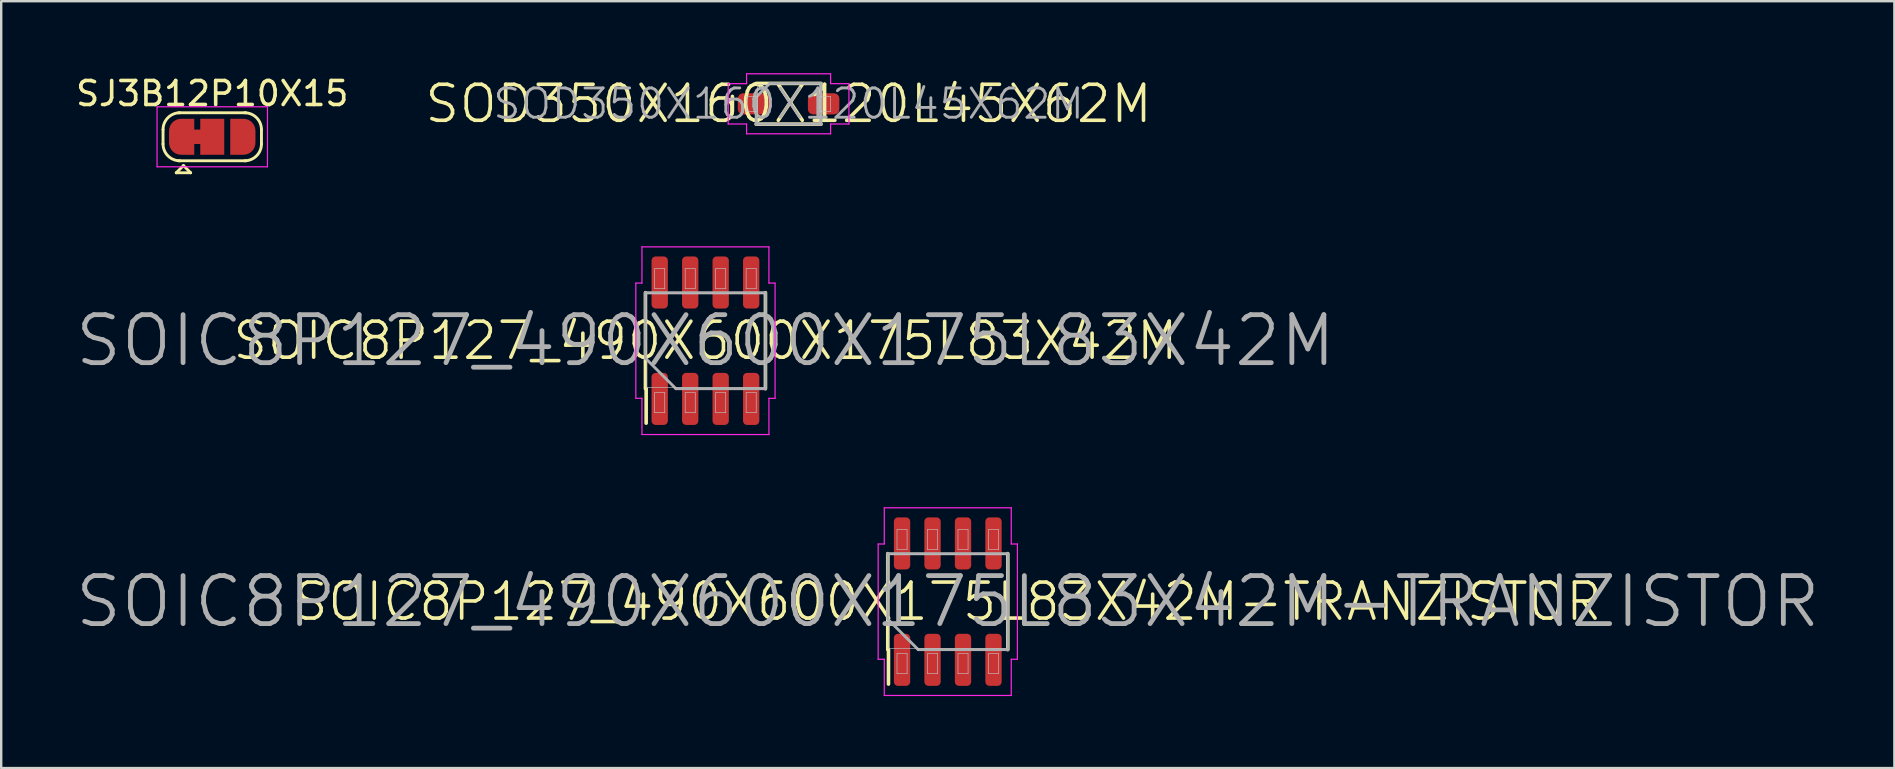
<source format=kicad_pcb>
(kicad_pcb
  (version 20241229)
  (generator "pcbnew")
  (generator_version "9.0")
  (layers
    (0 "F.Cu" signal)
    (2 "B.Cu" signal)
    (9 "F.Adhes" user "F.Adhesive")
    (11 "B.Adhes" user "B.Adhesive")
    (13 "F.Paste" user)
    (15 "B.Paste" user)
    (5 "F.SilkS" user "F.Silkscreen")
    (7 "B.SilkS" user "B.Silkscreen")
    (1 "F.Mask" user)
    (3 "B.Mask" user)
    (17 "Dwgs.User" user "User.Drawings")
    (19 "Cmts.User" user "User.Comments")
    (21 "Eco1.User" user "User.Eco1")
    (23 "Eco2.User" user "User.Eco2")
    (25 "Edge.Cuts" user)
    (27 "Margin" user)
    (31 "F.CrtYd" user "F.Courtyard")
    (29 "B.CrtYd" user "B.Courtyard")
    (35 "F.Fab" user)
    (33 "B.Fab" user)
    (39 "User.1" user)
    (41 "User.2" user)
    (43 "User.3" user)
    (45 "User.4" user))
  (footprint "SOD350X160X120L45X62M"
    (layer "F.Cu")
    (at 29.801 1.275)
    (property "Reference" "SOD350X160X120L45X62M" (at 0 0 0) (layer "F.SilkS") (effects (font (size 1.5 1.5) (thickness 0.15))))
    (attr smd)
    (fp_line (start -2.34 0.31) (end -2.34 -0.31) (stroke (width 0.15) (type solid)) (layer "F.SilkS"))
    (fp_line (start -1.35 -0.85) (end 1.35 -0.85) (stroke (width 0.15) (type solid)) (layer "F.SilkS"))
    (fp_line (start 1.35 0.85) (end -1.35 0.85) (stroke (width 0.15) (type solid)) (layer "F.SilkS"))
    (fp_line (start -1.75 -0.312) (end -1.3 -0.312) (stroke (width 0.025) (type solid)) (layer "Dwgs.User"))
    (fp_line (start -1.75 0.312) (end -1.75 -0.312) (stroke (width 0.025) (type solid)) (layer "Dwgs.User"))
    (fp_line (start -1.3 -0.8) (end 1.3 -0.8) (stroke (width 0.025) (type solid)) (layer "Dwgs.User"))
    (fp_line (start -1.3 -0.312) (end -1.3 0.312) (stroke (width 0.025) (type solid)) (layer "Dwgs.User"))
    (fp_line (start -1.3 0.312) (end -1.75 0.312) (stroke (width 0.025) (type solid)) (layer "Dwgs.User"))
    (fp_line (start -1.3 0.8) (end -1.3 -0.8) (stroke (width 0.025) (type solid)) (layer "Dwgs.User"))
    (fp_line (start 1.3 -0.8) (end 1.3 0.8) (stroke (width 0.025) (type solid)) (layer "Dwgs.User"))
    (fp_line (start 1.3 -0.312) (end 1.75 -0.312) (stroke (width 0.025) (type solid)) (layer "Dwgs.User"))
    (fp_line (start 1.3 0.312) (end 1.3 -0.312) (stroke (width 0.025) (type solid)) (layer "Dwgs.User"))
    (fp_line (start 1.3 0.8) (end -1.3 0.8) (stroke (width 0.025) (type solid)) (layer "Dwgs.User"))
    (fp_line (start 1.75 -0.312) (end 1.75 0.312) (stroke (width 0.025) (type solid)) (layer "Dwgs.User"))
    (fp_line (start 1.75 0.312) (end 1.3 0.312) (stroke (width 0.025) (type solid)) (layer "Dwgs.User"))
    (fp_line (start -2.515 -0.84) (end -2.515 0.84) (stroke (width 0.05) (type solid)) (layer "F.CrtYd"))
    (fp_line (start -2.515 0.84) (end -1.75 0.84) (stroke (width 0.05) (type solid)) (layer "F.CrtYd"))
    (fp_line (start -1.75 -1.25) (end -1.75 -0.84) (stroke (width 0.05) (type solid)) (layer "F.CrtYd"))
    (fp_line (start -1.75 -0.84) (end -2.515 -0.84) (stroke (width 0.05) (type solid)) (layer "F.CrtYd"))
    (fp_line (start -1.75 0.84) (end -1.75 1.25) (stroke (width 0.05) (type solid)) (layer "F.CrtYd"))
    (fp_line (start -1.75 1.25) (end 1.75 1.25) (stroke (width 0.05) (type solid)) (layer "F.CrtYd"))
    (fp_line (start 1.75 -1.25) (end -1.75 -1.25) (stroke (width 0.05) (type solid)) (layer "F.CrtYd"))
    (fp_line (start 1.75 -0.84) (end 1.75 -1.25) (stroke (width 0.05) (type solid)) (layer "F.CrtYd"))
    (fp_line (start 1.75 0.84) (end 2.515 0.84) (stroke (width 0.05) (type solid)) (layer "F.CrtYd"))
    (fp_line (start 1.75 1.25) (end 1.75 0.84) (stroke (width 0.05) (type solid)) (layer "F.CrtYd"))
    (fp_line (start 2.515 -0.84) (end 1.75 -0.84) (stroke (width 0.05) (type solid)) (layer "F.CrtYd"))
    (fp_line (start 2.515 0.84) (end 2.515 -0.84) (stroke (width 0.05) (type solid)) (layer "F.CrtYd"))
    (fp_line (start -1.35 -0.283) (end -0.783 -0.85) (stroke (width 0.12) (type solid)) (layer "F.Fab"))
    (fp_line (start -1.35 0.85) (end -1.35 -0.283) (stroke (width 0.12) (type solid)) (layer "F.Fab"))
    (fp_line (start -0.783 -0.85) (end 1.35 -0.85) (stroke (width 0.12) (type solid)) (layer "F.Fab"))
    (fp_line (start 1.35 -0.85) (end 1.35 0.85) (stroke (width 0.12) (type solid)) (layer "F.Fab"))
    (fp_line (start 1.35 0.85) (end -1.35 0.85) (stroke (width 0.12) (type solid)) (layer "F.Fab"))
    (fp_text user "${REFERENCE}" (at 0 0 0) (layer "F.Fab") (effects (font (size 1.22 1.22) (thickness 0.12))))
    (pad "1" smd roundrect (at -1.46 0) (size 1.31 0.88) (layers "F.Cu" "F.Mask" "F.Paste") (roundrect_rratio 0.25))
    (pad "2" smd roundrect (at 1.46 0) (size 1.31 0.88) (layers "F.Cu" "F.Mask" "F.Paste") (roundrect_rratio 0.25)))
  (footprint "SOIC8P127_490X600X175L83X42M"
    (layer "F.Cu")
    (at 26.338 11.143)
    (property "Reference" "SOIC8P127_490X600X175L83X42M" (at 0 0 0) (layer "F.SilkS") (effects (font (size 1.5 1.5) (thickness 0.15))))
    (attr smd)
    (fp_line (start -2.5 2) (end -2.5 -2) (stroke (width 0.15) (type solid)) (layer "F.SilkS"))
    (fp_line (start -2.47 2) (end -2.47 3.435) (stroke (width 0.15) (type solid)) (layer "F.SilkS"))
    (fp_line (start 2.5 2) (end 2.5 -2) (stroke (width 0.15) (type solid)) (layer "F.SilkS"))
    (fp_line (start -2.45 -1.95) (end 2.45 -1.95) (stroke (width 0.025) (type solid)) (layer "Dwgs.User"))
    (fp_line (start -2.45 1.95) (end -2.45 -1.95) (stroke (width 0.025) (type solid)) (layer "Dwgs.User"))
    (fp_line (start -2.115 -3) (end -1.695 -3) (stroke (width 0.025) (type solid)) (layer "Dwgs.User"))
    (fp_line (start -2.115 -2.165) (end -2.115 -3) (stroke (width 0.025) (type solid)) (layer "Dwgs.User"))
    (fp_line (start -2.115 2.165) (end -1.695 2.165) (stroke (width 0.025) (type solid)) (layer "Dwgs.User"))
    (fp_line (start -2.115 3) (end -2.115 2.165) (stroke (width 0.025) (type solid)) (layer "Dwgs.User"))
    (fp_line (start -1.695 -3) (end -1.695 -2.165) (stroke (width 0.025) (type solid)) (layer "Dwgs.User"))
    (fp_line (start -1.695 -2.165) (end -2.115 -2.165) (stroke (width 0.025) (type solid)) (layer "Dwgs.User"))
    (fp_line (start -1.695 2.165) (end -1.695 3) (stroke (width 0.025) (type solid)) (layer "Dwgs.User"))
    (fp_line (start -1.695 3) (end -2.115 3) (stroke (width 0.025) (type solid)) (layer "Dwgs.User"))
    (fp_line (start -0.845 -3) (end -0.425 -3) (stroke (width 0.025) (type solid)) (layer "Dwgs.User"))
    (fp_line (start -0.845 -2.165) (end -0.845 -3) (stroke (width 0.025) (type solid)) (layer "Dwgs.User"))
    (fp_line (start -0.845 2.165) (end -0.425 2.165) (stroke (width 0.025) (type solid)) (layer "Dwgs.User"))
    (fp_line (start -0.845 3) (end -0.845 2.165) (stroke (width 0.025) (type solid)) (layer "Dwgs.User"))
    (fp_line (start -0.425 -3) (end -0.425 -2.165) (stroke (width 0.025) (type solid)) (layer "Dwgs.User"))
    (fp_line (start -0.425 -2.165) (end -0.845 -2.165) (stroke (width 0.025) (type solid)) (layer "Dwgs.User"))
    (fp_line (start -0.425 2.165) (end -0.425 3) (stroke (width 0.025) (type solid)) (layer "Dwgs.User"))
    (fp_line (start -0.425 3) (end -0.845 3) (stroke (width 0.025) (type solid)) (layer "Dwgs.User"))
    (fp_line (start 0.425 -3) (end 0.845 -3) (stroke (width 0.025) (type solid)) (layer "Dwgs.User"))
    (fp_line (start 0.425 -2.165) (end 0.425 -3) (stroke (width 0.025) (type solid)) (layer "Dwgs.User"))
    (fp_line (start 0.425 2.165) (end 0.845 2.165) (stroke (width 0.025) (type solid)) (layer "Dwgs.User"))
    (fp_line (start 0.425 3) (end 0.425 2.165) (stroke (width 0.025) (type solid)) (layer "Dwgs.User"))
    (fp_line (start 0.845 -3) (end 0.845 -2.165) (stroke (width 0.025) (type solid)) (layer "Dwgs.User"))
    (fp_line (start 0.845 -2.165) (end 0.425 -2.165) (stroke (width 0.025) (type solid)) (layer "Dwgs.User"))
    (fp_line (start 0.845 2.165) (end 0.845 3) (stroke (width 0.025) (type solid)) (layer "Dwgs.User"))
    (fp_line (start 0.845 3) (end 0.425 3) (stroke (width 0.025) (type solid)) (layer "Dwgs.User"))
    (fp_line (start 1.695 -3) (end 2.115 -3) (stroke (width 0.025) (type solid)) (layer "Dwgs.User"))
    (fp_line (start 1.695 -2.165) (end 1.695 -3) (stroke (width 0.025) (type solid)) (layer "Dwgs.User"))
    (fp_line (start 1.695 2.165) (end 2.115 2.165) (stroke (width 0.025) (type solid)) (layer "Dwgs.User"))
    (fp_line (start 1.695 3) (end 1.695 2.165) (stroke (width 0.025) (type solid)) (layer "Dwgs.User"))
    (fp_line (start 2.115 -3) (end 2.115 -2.165) (stroke (width 0.025) (type solid)) (layer "Dwgs.User"))
    (fp_line (start 2.115 -2.165) (end 1.695 -2.165) (stroke (width 0.025) (type solid)) (layer "Dwgs.User"))
    (fp_line (start 2.115 2.165) (end 2.115 3) (stroke (width 0.025) (type solid)) (layer "Dwgs.User"))
    (fp_line (start 2.115 3) (end 1.695 3) (stroke (width 0.025) (type solid)) (layer "Dwgs.User"))
    (fp_line (start 2.45 -1.95) (end 2.45 1.95) (stroke (width 0.025) (type solid)) (layer "Dwgs.User"))
    (fp_line (start 2.45 1.95) (end -2.45 1.95) (stroke (width 0.025) (type solid)) (layer "Dwgs.User"))
    (fp_line (start -2.9 -2.4) (end -2.9 2.4) (stroke (width 0.05) (type solid)) (layer "F.CrtYd"))
    (fp_line (start -2.9 2.4) (end -2.645 2.4) (stroke (width 0.05) (type solid)) (layer "F.CrtYd"))
    (fp_line (start -2.645 -3.91) (end -2.645 -2.4) (stroke (width 0.05) (type solid)) (layer "F.CrtYd"))
    (fp_line (start -2.645 -2.4) (end -2.9 -2.4) (stroke (width 0.05) (type solid)) (layer "F.CrtYd"))
    (fp_line (start -2.645 2.4) (end -2.645 3.91) (stroke (width 0.05) (type solid)) (layer "F.CrtYd"))
    (fp_line (start -2.645 3.91) (end 2.645 3.91) (stroke (width 0.05) (type solid)) (layer "F.CrtYd"))
    (fp_line (start 2.645 -3.91) (end -2.645 -3.91) (stroke (width 0.05) (type solid)) (layer "F.CrtYd"))
    (fp_line (start 2.645 -2.4) (end 2.645 -3.91) (stroke (width 0.05) (type solid)) (layer "F.CrtYd"))
    (fp_line (start 2.645 2.4) (end 2.9 2.4) (stroke (width 0.05) (type solid)) (layer "F.CrtYd"))
    (fp_line (start 2.645 3.91) (end 2.645 2.4) (stroke (width 0.05) (type solid)) (layer "F.CrtYd"))
    (fp_line (start 2.9 -2.4) (end 2.645 -2.4) (stroke (width 0.05) (type solid)) (layer "F.CrtYd"))
    (fp_line (start 2.9 2.4) (end 2.9 -2.4) (stroke (width 0.05) (type solid)) (layer "F.CrtYd"))
    (fp_line (start -2.5 -2) (end 2.5 -2) (stroke (width 0.12) (type solid)) (layer "F.Fab"))
    (fp_line (start -2.5 0.73) (end -2.5 -2) (stroke (width 0.12) (type solid)) (layer "F.Fab"))
    (fp_line (start -1.23 2) (end -2.5 0.73) (stroke (width 0.12) (type solid)) (layer "F.Fab"))
    (fp_line (start 2.5 -2) (end 2.5 2) (stroke (width 0.12) (type solid)) (layer "F.Fab"))
    (fp_line (start 2.5 2) (end -1.23 2) (stroke (width 0.12) (type solid)) (layer "F.Fab"))
    (fp_text user "${REFERENCE}" (at 0 0 0) (layer "F.Fab") (effects (font (size 2 2) (thickness 0.2))))
    (pad "1" smd roundrect (at -1.905 2.425 90) (size 2.17 0.68) (layers "F.Cu" "F.Mask" "F.Paste") (roundrect_rratio 0.25))
    (pad "2" smd roundrect (at -0.635 2.425 90) (size 2.17 0.68) (layers "F.Cu" "F.Mask" "F.Paste") (roundrect_rratio 0.25))
    (pad "3" smd roundrect (at 0.635 2.425 90) (size 2.17 0.68) (layers "F.Cu" "F.Mask" "F.Paste") (roundrect_rratio 0.25))
    (pad "4" smd roundrect (at 1.905 2.425 90) (size 2.17 0.68) (layers "F.Cu" "F.Mask" "F.Paste") (roundrect_rratio 0.25))
    (pad "5" smd roundrect (at 1.905 -2.425 90) (size 2.17 0.68) (layers "F.Cu" "F.Mask" "F.Paste") (roundrect_rratio 0.25))
    (pad "6" smd roundrect (at 0.635 -2.425 90) (size 2.17 0.68) (layers "F.Cu" "F.Mask" "F.Paste") (roundrect_rratio 0.25))
    (pad "7" smd roundrect (at -0.635 -2.425 90) (size 2.17 0.68) (layers "F.Cu" "F.Mask" "F.Paste") (roundrect_rratio 0.25))
    (pad "8" smd roundrect (at -1.905 -2.425 90) (size 2.17 0.68) (layers "F.Cu" "F.Mask" "F.Paste") (roundrect_rratio 0.25)))
  (footprint "SJ3B12P10X15"
    (layer "F.Cu")
    (at 5.792 2.648)
    (property "Reference" "SJ3B12P10X15" (at 0 -1.8 0) (layer "F.SilkS") (effects (font (size 1 1) (thickness 0.15))))
    (attr exclude_from_pos_files exclude_from_bom)
    (fp_poly (pts (xy -0.9 -0.3) (xy -0.4 -0.3) (xy -0.4 0.3) (xy -0.9 0.3)) (stroke (width 0) (type solid)) (fill yes) (layer "F.Cu"))
    (fp_line (start -2.05 0.3) (end -2.05 -0.3) (stroke (width 0.12) (type solid)) (layer "F.SilkS"))
    (fp_line (start -1.5 1.5) (end -0.9 1.5) (stroke (width 0.12) (type solid)) (layer "F.SilkS"))
    (fp_line (start -1.4 -1) (end 1.4 -1) (stroke (width 0.12) (type solid)) (layer "F.SilkS"))
    (fp_line (start -1.2 1.2) (end -1.5 1.5) (stroke (width 0.12) (type solid)) (layer "F.SilkS"))
    (fp_line (start -1.2 1.2) (end -0.9 1.5) (stroke (width 0.12) (type solid)) (layer "F.SilkS"))
    (fp_line (start 1.4 1) (end -1.4 1) (stroke (width 0.12) (type solid)) (layer "F.SilkS"))
    (fp_line (start 2.05 -0.3) (end 2.05 0.3) (stroke (width 0.12) (type solid)) (layer "F.SilkS"))
    (fp_arc (start -2.05 -0.3) (mid -1.844975 -0.794975) (end -1.35 -1) (stroke (width 0.12) (type solid)) (layer "F.SilkS"))
    (fp_arc (start -1.35 1) (mid -1.844975 0.794975) (end -2.05 0.3) (stroke (width 0.12) (type solid)) (layer "F.SilkS"))
    (fp_arc (start 1.35 -1) (mid 1.844975 -0.794975) (end 2.05 -0.3) (stroke (width 0.12) (type solid)) (layer "F.SilkS"))
    (fp_arc (start 2.05 0.3) (mid 1.844975 0.794975) (end 1.35 1) (stroke (width 0.12) (type solid)) (layer "F.SilkS"))
    (fp_line (start -2.3 -1.25) (end -2.3 1.25) (stroke (width 0.05) (type solid)) (layer "F.CrtYd"))
    (fp_line (start -2.3 -1.25) (end 2.3 -1.25) (stroke (width 0.05) (type solid)) (layer "F.CrtYd"))
    (fp_line (start 2.3 1.25) (end -2.3 1.25) (stroke (width 0.05) (type solid)) (layer "F.CrtYd"))
    (fp_line (start 2.3 1.25) (end 2.3 -1.25) (stroke (width 0.05) (type solid)) (layer "F.CrtYd"))
    (pad "1" smd custom (at -1.3 0) (size 1 0.5) (layers "F.Cu" "F.Mask") (options (anchor rect)) (primitives (gr_circle (center 0 0.25) (end 0.5 0.25) (width 0) (fill yes)) (gr_circle (center 0 -0.25) (end 0.5 -0.25) (width 0) (fill yes)) (gr_poly (pts (xy 0.55 -0.75) (xy 0 -0.75) (xy 0 0.75) (xy 0.55 0.75)) (width 0) (fill yes))))
    (pad "2" smd rect (at 0 0) (size 1 1.5) (layers "F.Cu" "F.Mask"))
    (pad "3" smd custom (at 1.3 0) (size 1 0.5) (layers "F.Cu" "F.Mask") (options (anchor rect)) (primitives (gr_circle (center 0 0.25) (end 0.5 0.25) (width 0) (fill yes)) (gr_circle (center 0 -0.25) (end 0.5 -0.25) (width 0) (fill yes)) (gr_poly (pts (xy -0.55 -0.75) (xy 0 -0.75) (xy 0 0.75) (xy -0.55 0.75)) (width 0) (fill yes)))))
  (footprint "SOIC8P127_490X600X175L83X42M-TRANZISTOR"
    (layer "F.Cu")
    (at 36.433 22.013)
    (property "Reference" "SOIC8P127_490X600X175L83X42M-TRANZISTOR" (at 0 0 0) (layer "F.SilkS") (effects (font (size 1.5 1.5) (thickness 0.15))))
    (attr smd)
    (fp_line (start -2.5 2) (end -2.5 -2) (stroke (width 0.15) (type solid)) (layer "F.SilkS"))
    (fp_line (start -2.47 2) (end -2.47 3.435) (stroke (width 0.15) (type solid)) (layer "F.SilkS"))
    (fp_line (start 2.5 2) (end 2.5 -2) (stroke (width 0.15) (type solid)) (layer "F.SilkS"))
    (fp_line (start -2.45 -1.95) (end 2.45 -1.95) (stroke (width 0.025) (type solid)) (layer "Dwgs.User"))
    (fp_line (start -2.45 1.95) (end -2.45 -1.95) (stroke (width 0.025) (type solid)) (layer "Dwgs.User"))
    (fp_line (start -2.115 -3) (end -1.695 -3) (stroke (width 0.025) (type solid)) (layer "Dwgs.User"))
    (fp_line (start -2.115 -2.165) (end -2.115 -3) (stroke (width 0.025) (type solid)) (layer "Dwgs.User"))
    (fp_line (start -2.115 2.165) (end -1.695 2.165) (stroke (width 0.025) (type solid)) (layer "Dwgs.User"))
    (fp_line (start -2.115 3) (end -2.115 2.165) (stroke (width 0.025) (type solid)) (layer "Dwgs.User"))
    (fp_line (start -1.695 -3) (end -1.695 -2.165) (stroke (width 0.025) (type solid)) (layer "Dwgs.User"))
    (fp_line (start -1.695 -2.165) (end -2.115 -2.165) (stroke (width 0.025) (type solid)) (layer "Dwgs.User"))
    (fp_line (start -1.695 2.165) (end -1.695 3) (stroke (width 0.025) (type solid)) (layer "Dwgs.User"))
    (fp_line (start -1.695 3) (end -2.115 3) (stroke (width 0.025) (type solid)) (layer "Dwgs.User"))
    (fp_line (start -0.845 -3) (end -0.425 -3) (stroke (width 0.025) (type solid)) (layer "Dwgs.User"))
    (fp_line (start -0.845 -2.165) (end -0.845 -3) (stroke (width 0.025) (type solid)) (layer "Dwgs.User"))
    (fp_line (start -0.845 2.165) (end -0.425 2.165) (stroke (width 0.025) (type solid)) (layer "Dwgs.User"))
    (fp_line (start -0.845 3) (end -0.845 2.165) (stroke (width 0.025) (type solid)) (layer "Dwgs.User"))
    (fp_line (start -0.425 -3) (end -0.425 -2.165) (stroke (width 0.025) (type solid)) (layer "Dwgs.User"))
    (fp_line (start -0.425 -2.165) (end -0.845 -2.165) (stroke (width 0.025) (type solid)) (layer "Dwgs.User"))
    (fp_line (start -0.425 2.165) (end -0.425 3) (stroke (width 0.025) (type solid)) (layer "Dwgs.User"))
    (fp_line (start -0.425 3) (end -0.845 3) (stroke (width 0.025) (type solid)) (layer "Dwgs.User"))
    (fp_line (start 0.425 -3) (end 0.845 -3) (stroke (width 0.025) (type solid)) (layer "Dwgs.User"))
    (fp_line (start 0.425 -2.165) (end 0.425 -3) (stroke (width 0.025) (type solid)) (layer "Dwgs.User"))
    (fp_line (start 0.425 2.165) (end 0.845 2.165) (stroke (width 0.025) (type solid)) (layer "Dwgs.User"))
    (fp_line (start 0.425 3) (end 0.425 2.165) (stroke (width 0.025) (type solid)) (layer "Dwgs.User"))
    (fp_line (start 0.845 -3) (end 0.845 -2.165) (stroke (width 0.025) (type solid)) (layer "Dwgs.User"))
    (fp_line (start 0.845 -2.165) (end 0.425 -2.165) (stroke (width 0.025) (type solid)) (layer "Dwgs.User"))
    (fp_line (start 0.845 2.165) (end 0.845 3) (stroke (width 0.025) (type solid)) (layer "Dwgs.User"))
    (fp_line (start 0.845 3) (end 0.425 3) (stroke (width 0.025) (type solid)) (layer "Dwgs.User"))
    (fp_line (start 1.695 -3) (end 2.115 -3) (stroke (width 0.025) (type solid)) (layer "Dwgs.User"))
    (fp_line (start 1.695 -2.165) (end 1.695 -3) (stroke (width 0.025) (type solid)) (layer "Dwgs.User"))
    (fp_line (start 1.695 2.165) (end 2.115 2.165) (stroke (width 0.025) (type solid)) (layer "Dwgs.User"))
    (fp_line (start 1.695 3) (end 1.695 2.165) (stroke (width 0.025) (type solid)) (layer "Dwgs.User"))
    (fp_line (start 2.115 -3) (end 2.115 -2.165) (stroke (width 0.025) (type solid)) (layer "Dwgs.User"))
    (fp_line (start 2.115 -2.165) (end 1.695 -2.165) (stroke (width 0.025) (type solid)) (layer "Dwgs.User"))
    (fp_line (start 2.115 2.165) (end 2.115 3) (stroke (width 0.025) (type solid)) (layer "Dwgs.User"))
    (fp_line (start 2.115 3) (end 1.695 3) (stroke (width 0.025) (type solid)) (layer "Dwgs.User"))
    (fp_line (start 2.45 -1.95) (end 2.45 1.95) (stroke (width 0.025) (type solid)) (layer "Dwgs.User"))
    (fp_line (start 2.45 1.95) (end -2.45 1.95) (stroke (width 0.025) (type solid)) (layer "Dwgs.User"))
    (fp_line (start -2.9 -2.4) (end -2.9 2.4) (stroke (width 0.05) (type solid)) (layer "F.CrtYd"))
    (fp_line (start -2.9 2.4) (end -2.645 2.4) (stroke (width 0.05) (type solid)) (layer "F.CrtYd"))
    (fp_line (start -2.645 -3.91) (end -2.645 -2.4) (stroke (width 0.05) (type solid)) (layer "F.CrtYd"))
    (fp_line (start -2.645 -2.4) (end -2.9 -2.4) (stroke (width 0.05) (type solid)) (layer "F.CrtYd"))
    (fp_line (start -2.645 2.4) (end -2.645 3.91) (stroke (width 0.05) (type solid)) (layer "F.CrtYd"))
    (fp_line (start -2.645 3.91) (end 2.645 3.91) (stroke (width 0.05) (type solid)) (layer "F.CrtYd"))
    (fp_line (start 2.645 -3.91) (end -2.645 -3.91) (stroke (width 0.05) (type solid)) (layer "F.CrtYd"))
    (fp_line (start 2.645 -2.4) (end 2.645 -3.91) (stroke (width 0.05) (type solid)) (layer "F.CrtYd"))
    (fp_line (start 2.645 2.4) (end 2.9 2.4) (stroke (width 0.05) (type solid)) (layer "F.CrtYd"))
    (fp_line (start 2.645 3.91) (end 2.645 2.4) (stroke (width 0.05) (type solid)) (layer "F.CrtYd"))
    (fp_line (start 2.9 -2.4) (end 2.645 -2.4) (stroke (width 0.05) (type solid)) (layer "F.CrtYd"))
    (fp_line (start 2.9 2.4) (end 2.9 -2.4) (stroke (width 0.05) (type solid)) (layer "F.CrtYd"))
    (fp_line (start -2.5 -2) (end 2.5 -2) (stroke (width 0.12) (type solid)) (layer "F.Fab"))
    (fp_line (start -2.5 0.73) (end -2.5 -2) (stroke (width 0.12) (type solid)) (layer "F.Fab"))
    (fp_line (start -1.23 2) (end -2.5 0.73) (stroke (width 0.12) (type solid)) (layer "F.Fab"))
    (fp_line (start 2.5 -2) (end 2.5 2) (stroke (width 0.12) (type solid)) (layer "F.Fab"))
    (fp_line (start 2.5 2) (end -1.23 2) (stroke (width 0.12) (type solid)) (layer "F.Fab"))
    (fp_text user "${REFERENCE}" (at 0 0 0) (layer "F.Fab") (effects (font (size 2 2) (thickness 0.2))))
    (pad "1" smd roundrect (at -1.905 -2.425 90) (size 2.17 0.68) (layers "F.Cu" "F.Mask" "F.Paste") (roundrect_rratio 0.25))
    (pad "1" smd roundrect (at -0.635 -2.425 90) (size 2.17 0.68) (layers "F.Cu" "F.Mask" "F.Paste") (roundrect_rratio 0.25))
    (pad "1" smd roundrect (at 0.635 -2.425 90) (size 2.17 0.68) (layers "F.Cu" "F.Mask" "F.Paste") (roundrect_rratio 0.25))
    (pad "1" smd roundrect (at 1.905 -2.425 90) (size 2.17 0.68) (layers "F.Cu" "F.Mask" "F.Paste") (roundrect_rratio 0.25))
    (pad "2" smd roundrect (at -1.905 2.425 90) (size 2.17 0.68) (layers "F.Cu" "F.Mask" "F.Paste") (roundrect_rratio 0.25))
    (pad "2" smd roundrect (at -0.635 2.425 90) (size 2.17 0.68) (layers "F.Cu" "F.Mask" "F.Paste") (roundrect_rratio 0.25))
    (pad "2" smd roundrect (at 0.635 2.425 90) (size 2.17 0.68) (layers "F.Cu" "F.Mask" "F.Paste") (roundrect_rratio 0.25))
    (pad "3" smd roundrect (at 1.905 2.425 90) (size 2.17 0.68) (layers "F.Cu" "F.Mask" "F.Paste") (roundrect_rratio 0.25)))
  (gr_rect
    (start -3 -3)
    (end 75.867 28.948)
    (stroke (width 0.1) (type default))
    (fill no)
    (layer "Edge.Cuts")))
</source>
